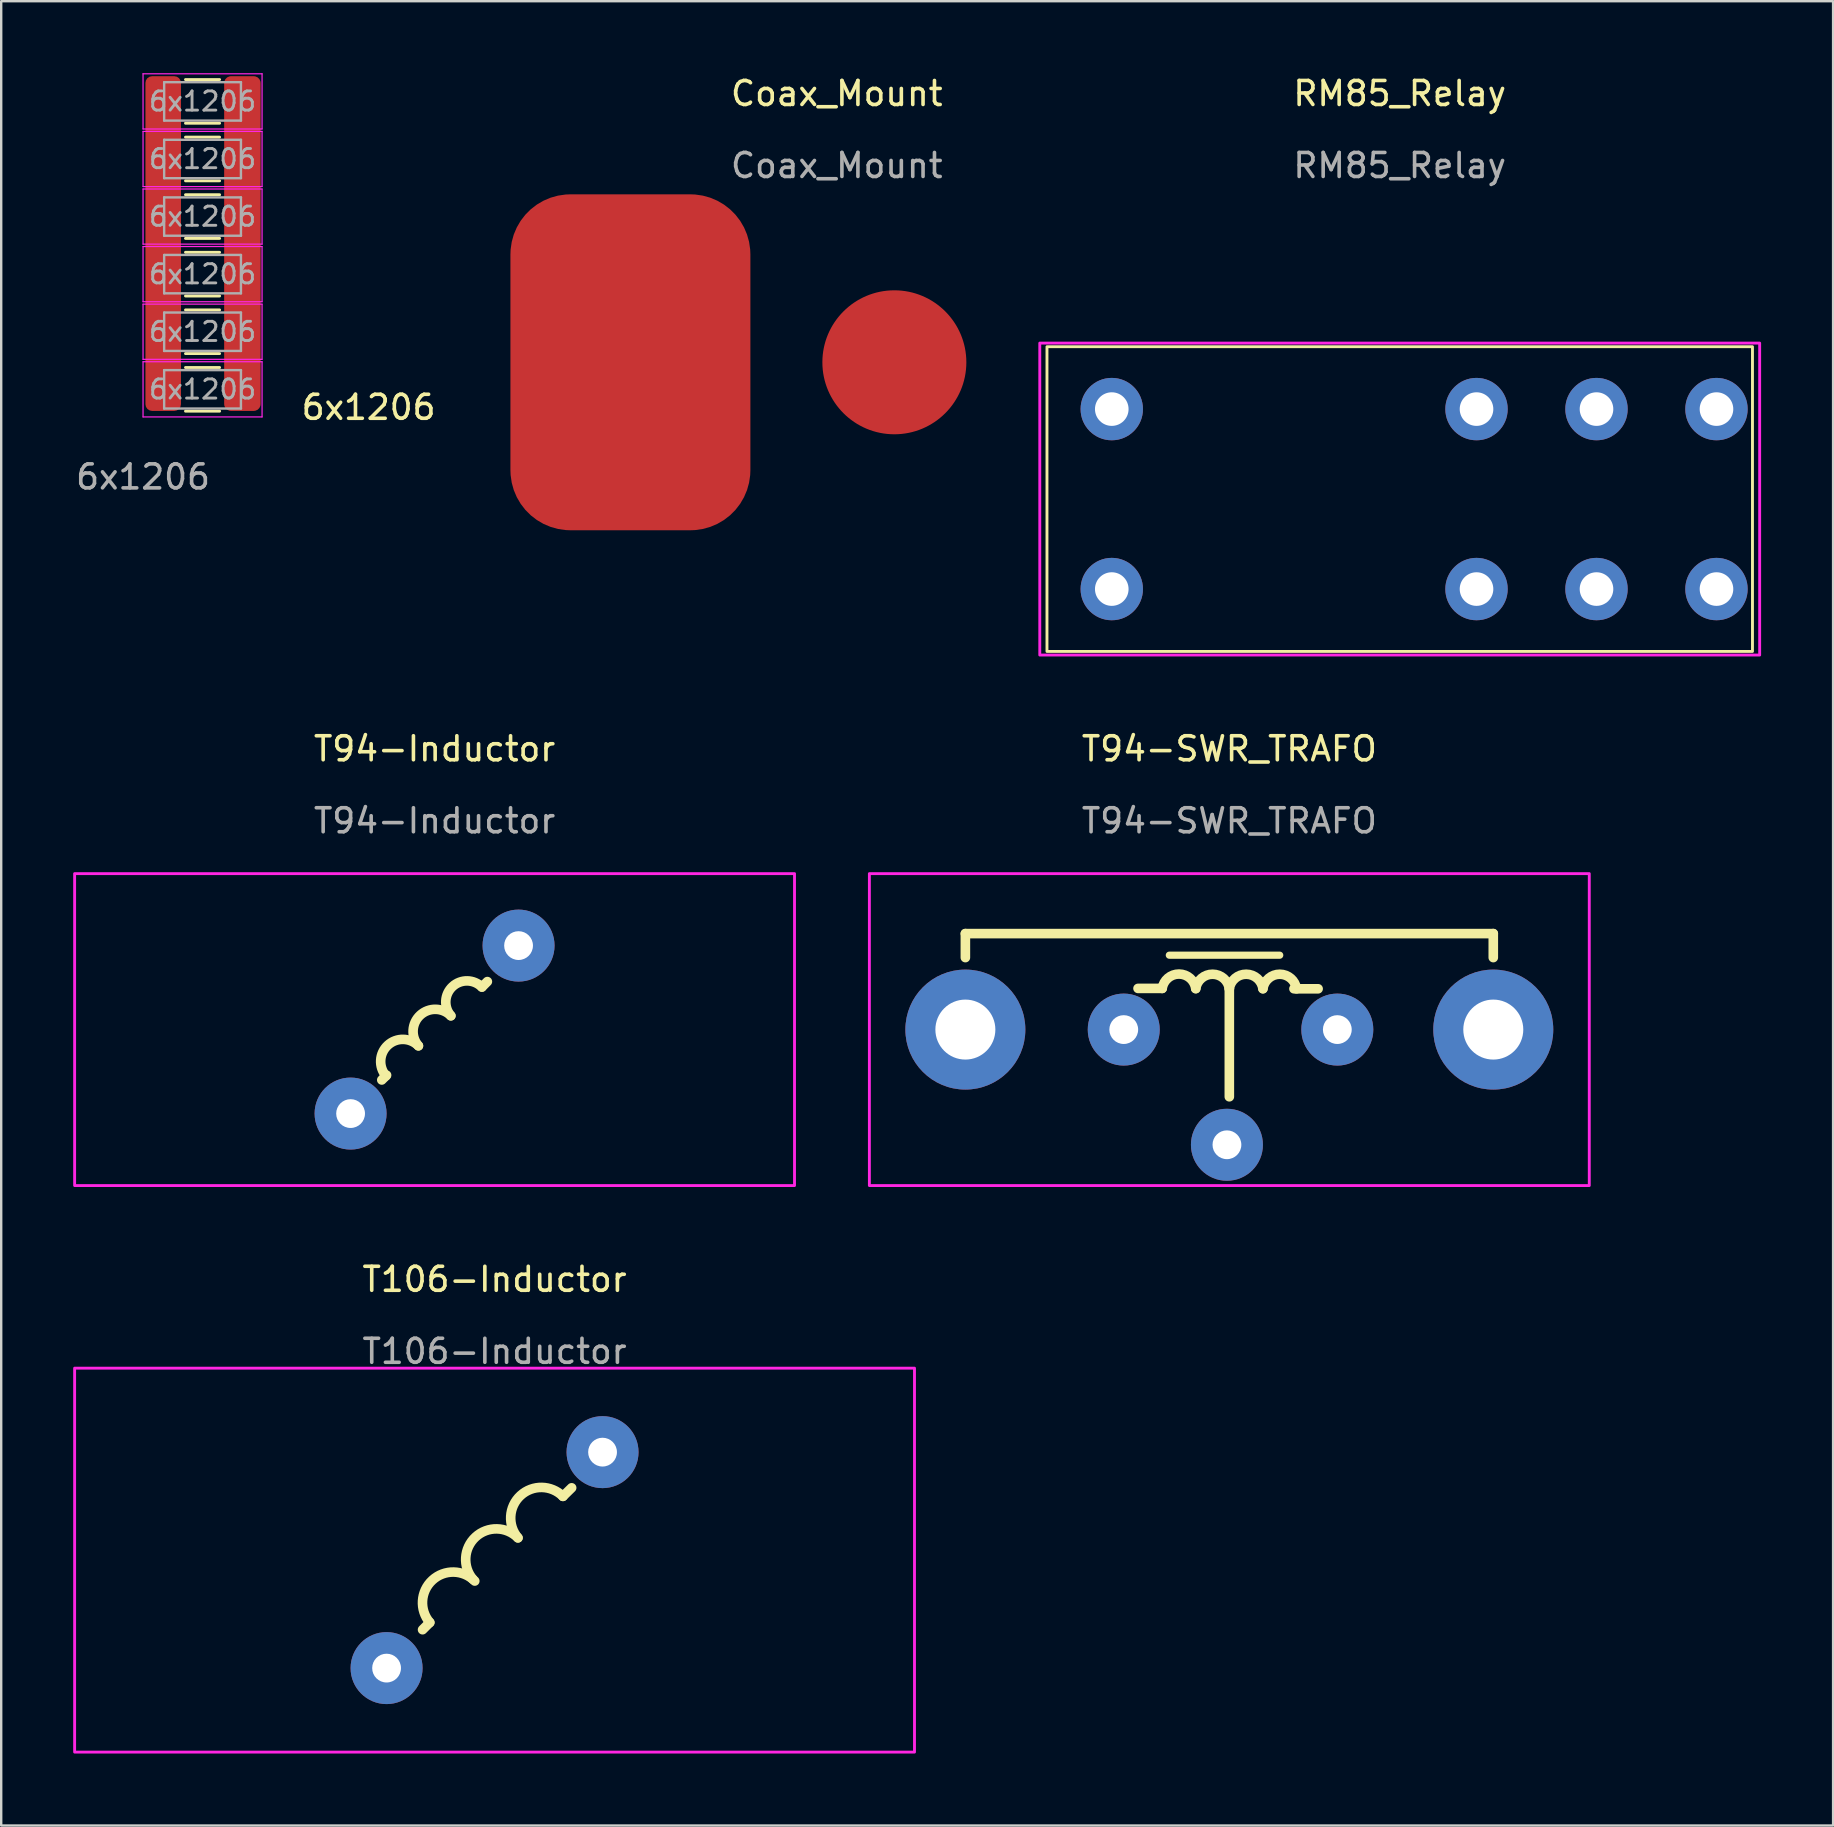
<source format=kicad_pcb>
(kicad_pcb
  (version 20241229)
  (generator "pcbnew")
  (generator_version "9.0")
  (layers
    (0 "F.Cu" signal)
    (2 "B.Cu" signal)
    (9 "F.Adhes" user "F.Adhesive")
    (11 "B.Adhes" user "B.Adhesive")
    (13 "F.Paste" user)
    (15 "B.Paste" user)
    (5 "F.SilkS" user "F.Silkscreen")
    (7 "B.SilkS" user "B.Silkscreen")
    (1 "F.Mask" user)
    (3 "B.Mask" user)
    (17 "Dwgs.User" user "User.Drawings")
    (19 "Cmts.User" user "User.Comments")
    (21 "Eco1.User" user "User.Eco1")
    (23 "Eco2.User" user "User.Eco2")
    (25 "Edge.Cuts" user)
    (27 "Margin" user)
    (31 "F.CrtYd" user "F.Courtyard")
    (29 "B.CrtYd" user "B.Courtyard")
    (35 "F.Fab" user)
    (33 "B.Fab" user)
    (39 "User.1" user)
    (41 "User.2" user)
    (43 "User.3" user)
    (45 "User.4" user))
  (footprint "RM85_Relay"
    (layer "F.Cu")
    (at 55.281 17.748)
    (property "Reference" "RM85_Relay" (at 0 -16.9 0) (unlocked yes) (layer "F.SilkS") (effects (font (size 1 1) (thickness 0.15))))
    (attr through_hole)
    (fp_rect (start -14.7 -6.35) (end 14.7 6.35) (stroke (width 0.12) (type default)) (fill no) (layer "F.SilkS"))
    (fp_rect (start -15 -6.5) (end 15 6.5) (stroke (width 0.12) (type default)) (fill no) (layer "F.CrtYd"))
    (fp_text user "${REFERENCE}" (at 0 -13.9 0) (unlocked yes) (layer "F.Fab") (effects (font (size 1 1) (thickness 0.15))))
    (pad "1" thru_hole circle (at -12 -3.75) (size 2.6 2.6) (drill 1.4) (layers "*.Cu" "*.Mask"))
    (pad "2" thru_hole circle (at -12 3.75) (size 2.6 2.6) (drill 1.4) (layers "*.Cu" "*.Mask"))
    (pad "3" thru_hole circle (at 3.2 3.75) (size 2.6 2.6) (drill 1.4) (layers "*.Cu" "*.Mask"))
    (pad "4" thru_hole circle (at 8.2 3.75) (size 2.6 2.6) (drill 1.4) (layers "*.Cu" "*.Mask"))
    (pad "5" thru_hole circle (at 13.2 3.75) (size 2.6 2.6) (drill 1.4) (layers "*.Cu" "*.Mask"))
    (pad "6" thru_hole circle (at 3.2 -3.75) (size 2.6 2.6) (drill 1.4) (layers "*.Cu" "*.Mask"))
    (pad "7" thru_hole circle (at 8.2 -3.75) (size 2.6 2.6) (drill 1.4) (layers "*.Cu" "*.Mask"))
    (pad "8" thru_hole circle (at 13.2 -3.75) (size 2.6 2.6) (drill 1.4) (layers "*.Cu" "*.Mask")))
  (footprint "T94-SWR_TRAFO"
    (layer "F.Cu")
    (at 48.18 39.856)
    (property "Reference" "T94-SWR_TRAFO" (at 0 -11.7 0) (unlocked yes) (layer "F.SilkS") (effects (font (size 1 1) (thickness 0.15))))
    (fp_line (start -11 -4) (end -11 -3) (stroke (width 0.4) (type default)) (layer "F.SilkS"))
    (fp_line (start -11 -4) (end 11 -4) (stroke (width 0.4) (type default)) (layer "F.SilkS"))
    (fp_line (start -2.798 -1.715) (end -3.805 -1.716) (stroke (width 0.4) (type default)) (layer "F.SilkS"))
    (fp_line (start -2.5 -3.1) (end 2.1 -3.1) (stroke (width 0.3) (type default)) (layer "F.SilkS"))
    (fp_line (start 0 -1.7) (end 0 2.8) (stroke (width 0.4) (type default)) (layer "F.SilkS"))
    (fp_line (start 2.8 -1.7) (end 3.7 -1.7) (stroke (width 0.3) (type default)) (layer "F.SilkS"))
    (fp_line (start 3.7 -1.7) (end 2.693 -1.701) (stroke (width 0.4) (type default)) (layer "F.SilkS"))
    (fp_line (start 11 -4) (end 11 -3) (stroke (width 0.4) (type default)) (layer "F.SilkS"))
    (fp_arc (start -2.797832 -1.714588) (mid -2.095227 -2.314392) (end -1.398916 -1.707294) (stroke (width 0.4) (type default)) (layer "F.SilkS"))
    (fp_arc (start -1.398916 -1.707294) (mid -0.696311 -2.307097) (end 0 -1.7) (stroke (width 0.4) (type default)) (layer "F.SilkS"))
    (fp_arc (start 0.001084 -1.707294) (mid 0.703689 -2.307098) (end 1.4 -1.7) (stroke (width 0.4) (type default)) (layer "F.SilkS"))
    (fp_arc (start 1.401084 -1.707294) (mid 2.103689 -2.307098) (end 2.8 -1.7) (stroke (width 0.4) (type default)) (layer "F.SilkS"))
    (fp_rect (start -15 -6.5) (end 15 6.5) (stroke (width 0.12) (type default)) (fill no) (layer "F.CrtYd"))
    (fp_text user "${REFERENCE}" (at 0 -8.7 0) (unlocked yes) (layer "F.Fab") (effects (font (size 1 1) (thickness 0.15))))
    (pad "1" thru_hole circle (at -11 0) (size 5 5) (drill 2.5) (layers "*.Cu" "*.Mask"))
    (pad "2" thru_hole circle (at 11 0) (size 5 5) (drill 2.5) (layers "*.Cu" "*.Mask"))
    (pad "3" thru_hole circle (at 4.5 0) (size 3 3) (drill 1.2) (layers "*.Cu" "*.Mask"))
    (pad "4" thru_hole circle (at -0.1 4.8) (size 3 3) (drill 1.2) (layers "*.Cu" "*.Mask"))
    (pad "5" thru_hole circle (at -4.4 0) (size 3 3) (drill 1.2) (layers "*.Cu" "*.Mask")))
  (footprint "6x1206"
    (layer "F.Cu")
    (at 2.911 14.325)
    (property "Reference" "6x1206" (at 9.4 -0.4 0) (unlocked yes) (layer "F.SilkS") (effects (font (size 1 1) (thickness 0.15))))
    (attr smd)
    (fp_line (start 1.769 -14.06) (end 3.191 -14.06) (stroke (width 0.12) (type solid)) (layer "F.SilkS"))
    (fp_line (start 1.769 -12.24) (end 3.191 -12.24) (stroke (width 0.12) (type solid)) (layer "F.SilkS"))
    (fp_line (start 1.769 -11.66) (end 3.191 -11.66) (stroke (width 0.12) (type solid)) (layer "F.SilkS"))
    (fp_line (start 1.769 -9.84) (end 3.191 -9.84) (stroke (width 0.12) (type solid)) (layer "F.SilkS"))
    (fp_line (start 1.769 -9.26) (end 3.191 -9.26) (stroke (width 0.12) (type solid)) (layer "F.SilkS"))
    (fp_line (start 1.769 -7.44) (end 3.191 -7.44) (stroke (width 0.12) (type solid)) (layer "F.SilkS"))
    (fp_line (start 1.769 -6.86) (end 3.191 -6.86) (stroke (width 0.12) (type solid)) (layer "F.SilkS"))
    (fp_line (start 1.769 -5.04) (end 3.191 -5.04) (stroke (width 0.12) (type solid)) (layer "F.SilkS"))
    (fp_line (start 1.769 -4.46) (end 3.191 -4.46) (stroke (width 0.12) (type solid)) (layer "F.SilkS"))
    (fp_line (start 1.769 -2.64) (end 3.191 -2.64) (stroke (width 0.12) (type solid)) (layer "F.SilkS"))
    (fp_line (start 1.769 -2.06) (end 3.191 -2.06) (stroke (width 0.12) (type solid)) (layer "F.SilkS"))
    (fp_line (start 1.769 -0.24) (end 3.191 -0.24) (stroke (width 0.12) (type solid)) (layer "F.SilkS"))
    (fp_line (start 0 -14.3) (end 4.96 -14.3) (stroke (width 0.05) (type solid)) (layer "F.CrtYd"))
    (fp_line (start 0 -12) (end 0 -14.3) (stroke (width 0.05) (type solid)) (layer "F.CrtYd"))
    (fp_line (start 0 -11.9) (end 4.96 -11.9) (stroke (width 0.05) (type solid)) (layer "F.CrtYd"))
    (fp_line (start 0 -9.6) (end 0 -11.9) (stroke (width 0.05) (type solid)) (layer "F.CrtYd"))
    (fp_line (start 0 -9.5) (end 4.96 -9.5) (stroke (width 0.05) (type solid)) (layer "F.CrtYd"))
    (fp_line (start 0 -7.2) (end 0 -9.5) (stroke (width 0.05) (type solid)) (layer "F.CrtYd"))
    (fp_line (start 0 -7.1) (end 4.96 -7.1) (stroke (width 0.05) (type solid)) (layer "F.CrtYd"))
    (fp_line (start 0 -4.8) (end 0 -7.1) (stroke (width 0.05) (type solid)) (layer "F.CrtYd"))
    (fp_line (start 0 -4.7) (end 4.96 -4.7) (stroke (width 0.05) (type solid)) (layer "F.CrtYd"))
    (fp_line (start 0 -2.4) (end 0 -4.7) (stroke (width 0.05) (type solid)) (layer "F.CrtYd"))
    (fp_line (start 0 -2.3) (end 4.96 -2.3) (stroke (width 0.05) (type solid)) (layer "F.CrtYd"))
    (fp_line (start 0 0) (end 0 -2.3) (stroke (width 0.05) (type solid)) (layer "F.CrtYd"))
    (fp_line (start 4.96 -14.3) (end 4.96 -12) (stroke (width 0.05) (type solid)) (layer "F.CrtYd"))
    (fp_line (start 4.96 -12) (end 0 -12) (stroke (width 0.05) (type solid)) (layer "F.CrtYd"))
    (fp_line (start 4.96 -11.9) (end 4.96 -9.6) (stroke (width 0.05) (type solid)) (layer "F.CrtYd"))
    (fp_line (start 4.96 -9.6) (end 0 -9.6) (stroke (width 0.05) (type solid)) (layer "F.CrtYd"))
    (fp_line (start 4.96 -9.5) (end 4.96 -7.2) (stroke (width 0.05) (type solid)) (layer "F.CrtYd"))
    (fp_line (start 4.96 -7.2) (end 0 -7.2) (stroke (width 0.05) (type solid)) (layer "F.CrtYd"))
    (fp_line (start 4.96 -7.1) (end 4.96 -4.8) (stroke (width 0.05) (type solid)) (layer "F.CrtYd"))
    (fp_line (start 4.96 -4.8) (end 0 -4.8) (stroke (width 0.05) (type solid)) (layer "F.CrtYd"))
    (fp_line (start 4.96 -4.7) (end 4.96 -2.4) (stroke (width 0.05) (type solid)) (layer "F.CrtYd"))
    (fp_line (start 4.96 -2.4) (end 0 -2.4) (stroke (width 0.05) (type solid)) (layer "F.CrtYd"))
    (fp_line (start 4.96 -2.3) (end 4.96 0) (stroke (width 0.05) (type solid)) (layer "F.CrtYd"))
    (fp_line (start 4.96 0) (end 0 0) (stroke (width 0.05) (type solid)) (layer "F.CrtYd"))
    (fp_line (start 0.88 -13.95) (end 4.08 -13.95) (stroke (width 0.1) (type solid)) (layer "F.Fab"))
    (fp_line (start 0.88 -12.35) (end 0.88 -13.95) (stroke (width 0.1) (type solid)) (layer "F.Fab"))
    (fp_line (start 0.88 -11.55) (end 4.08 -11.55) (stroke (width 0.1) (type solid)) (layer "F.Fab"))
    (fp_line (start 0.88 -9.95) (end 0.88 -11.55) (stroke (width 0.1) (type solid)) (layer "F.Fab"))
    (fp_line (start 0.88 -9.15) (end 4.08 -9.15) (stroke (width 0.1) (type solid)) (layer "F.Fab"))
    (fp_line (start 0.88 -7.55) (end 0.88 -9.15) (stroke (width 0.1) (type solid)) (layer "F.Fab"))
    (fp_line (start 0.88 -6.75) (end 4.08 -6.75) (stroke (width 0.1) (type solid)) (layer "F.Fab"))
    (fp_line (start 0.88 -5.15) (end 0.88 -6.75) (stroke (width 0.1) (type solid)) (layer "F.Fab"))
    (fp_line (start 0.88 -4.35) (end 4.08 -4.35) (stroke (width 0.1) (type solid)) (layer "F.Fab"))
    (fp_line (start 0.88 -2.75) (end 0.88 -4.35) (stroke (width 0.1) (type solid)) (layer "F.Fab"))
    (fp_line (start 0.88 -1.95) (end 4.08 -1.95) (stroke (width 0.1) (type solid)) (layer "F.Fab"))
    (fp_line (start 0.88 -0.35) (end 0.88 -1.95) (stroke (width 0.1) (type solid)) (layer "F.Fab"))
    (fp_line (start 4.08 -13.95) (end 4.08 -12.35) (stroke (width 0.1) (type solid)) (layer "F.Fab"))
    (fp_line (start 4.08 -12.35) (end 0.88 -12.35) (stroke (width 0.1) (type solid)) (layer "F.Fab"))
    (fp_line (start 4.08 -11.55) (end 4.08 -9.95) (stroke (width 0.1) (type solid)) (layer "F.Fab"))
    (fp_line (start 4.08 -9.95) (end 0.88 -9.95) (stroke (width 0.1) (type solid)) (layer "F.Fab"))
    (fp_line (start 4.08 -9.15) (end 4.08 -7.55) (stroke (width 0.1) (type solid)) (layer "F.Fab"))
    (fp_line (start 4.08 -7.55) (end 0.88 -7.55) (stroke (width 0.1) (type solid)) (layer "F.Fab"))
    (fp_line (start 4.08 -6.75) (end 4.08 -5.15) (stroke (width 0.1) (type solid)) (layer "F.Fab"))
    (fp_line (start 4.08 -5.15) (end 0.88 -5.15) (stroke (width 0.1) (type solid)) (layer "F.Fab"))
    (fp_line (start 4.08 -4.35) (end 4.08 -2.75) (stroke (width 0.1) (type solid)) (layer "F.Fab"))
    (fp_line (start 4.08 -2.75) (end 0.88 -2.75) (stroke (width 0.1) (type solid)) (layer "F.Fab"))
    (fp_line (start 4.08 -1.95) (end 4.08 -0.35) (stroke (width 0.1) (type solid)) (layer "F.Fab"))
    (fp_line (start 4.08 -0.35) (end 0.88 -0.35) (stroke (width 0.1) (type solid)) (layer "F.Fab"))
    (fp_text user "${REFERENCE}" (at 2.48 -3.55 0) (layer "F.Fab") (effects (font (size 0.8 0.8) (thickness 0.12))))
    (fp_text user "${REFERENCE}" (at 2.48 -5.95 0) (layer "F.Fab") (effects (font (size 0.8 0.8) (thickness 0.12))))
    (fp_text user "${REFERENCE}" (at 0 2.5 0) (unlocked yes) (layer "F.Fab") (effects (font (size 1 1) (thickness 0.15))))
    (fp_text user "${REFERENCE}" (at 2.48 -8.35 0) (layer "F.Fab") (effects (font (size 0.8 0.8) (thickness 0.12))))
    (fp_text user "${REFERENCE}" (at 2.48 -13.15 0) (layer "F.Fab") (effects (font (size 0.8 0.8) (thickness 0.12))))
    (fp_text user "${REFERENCE}" (at 2.48 -1.15 0) (layer "F.Fab") (effects (font (size 0.8 0.8) (thickness 0.12))))
    (fp_text user "${REFERENCE}" (at 2.48 -10.75 0) (layer "F.Fab") (effects (font (size 0.8 0.8) (thickness 0.12))))
    (pad "1" smd roundrect (at 0.84 -7.225) (size 1.48 13.95) (layers "F.Cu" "F.Mask" "F.Paste") (roundrect_rratio 0.189))
    (pad "2" smd roundrect (at 4.14 -7.225) (size 1.52 13.95) (layers "F.Cu" "F.Mask" "F.Paste") (roundrect_rratio 0.189)))
  (footprint "T106-Inductor"
    (layer "F.Cu")
    (at 17.56 61.965)
    (property "Reference" "T106-Inductor" (at 0 -11.7 0) (unlocked yes) (layer "F.SilkS") (effects (font (size 1 1) (thickness 0.15))))
    (fp_line (start -2.7 2.6) (end -3 2.9) (stroke (width 0.4) (type default)) (layer "F.SilkS"))
    (fp_line (start 2.849 -2.657) (end 3.212 -3.013) (stroke (width 0.4) (type default)) (layer "F.SilkS"))
    (fp_arc (start -2.7 2.6) (mid -2.592598 0.83572) (end -0.825414 0.87154) (stroke (width 0.4) (type default)) (layer "F.SilkS"))
    (fp_arc (start -0.9 0.8) (mid -0.792598 -0.964281) (end 0.974586 -0.92846) (stroke (width 0.4) (type default)) (layer "F.SilkS"))
    (fp_arc (start 0.974586 -0.92846) (mid 1.081988 -2.69274) (end 2.849172 -2.65692) (stroke (width 0.4) (type default)) (layer "F.SilkS"))
    (fp_rect (start -17.5 -8) (end 17.5 8) (stroke (width 0.12) (type default)) (fill no) (layer "F.CrtYd"))
    (fp_text user "${REFERENCE}" (at 0 -8.7 0) (unlocked yes) (layer "F.Fab") (effects (font (size 1 1) (thickness 0.15))))
    (pad "1" thru_hole circle (at 4.5 -4.5) (size 3 3) (drill 1.2) (layers "*.Cu" "*.Mask"))
    (pad "2" thru_hole circle (at -4.5 4.5) (size 3 3) (drill 1.2) (layers "*.Cu" "*.Mask")))
  (footprint "Coax_Mount"
    (layer "F.Cu")
    (at 23.221 12.048)
    (property "Reference" "Coax_Mount" (at 8.6 -11.2 0) (unlocked yes) (layer "F.SilkS") (effects (font (size 1 1) (thickness 0.15))))
    (attr smd)
    (fp_text user "${REFERENCE}" (at 8.6 -8.2 0) (unlocked yes) (layer "F.Fab") (effects (font (size 1 1) (thickness 0.15))))
    (pad "1" smd roundrect (at 0 0) (size 10 14) (layers "F.Cu" "F.Mask" "F.Paste") (roundrect_rratio 0.25))
    (pad "2" smd circle (at 11 0) (size 6 6) (layers "F.Cu" "F.Mask" "F.Paste")))
  (footprint "T94-Inductor"
    (layer "F.Cu")
    (at 15.06 39.856)
    (property "Reference" "T94-Inductor" (at 0 -11.7 0) (unlocked yes) (layer "F.SilkS") (effects (font (size 1 1) (thickness 0.15))))
    (fp_line (start -2.2 2.1) (end -2 1.9) (stroke (width 0.4) (type default)) (layer "F.SilkS"))
    (fp_line (start 1.975 -1.775) (end 2.2 -2) (stroke (width 0.4) (type default)) (layer "F.SilkS"))
    (fp_arc (start -2.025498 1.928378) (mid -1.95192 0.65192) (end -0.673578 0.676458) (stroke (width 0.4) (type default)) (layer "F.SilkS"))
    (fp_arc (start -0.673578 0.676458) (mid -0.6 -0.6) (end 0.678342 -0.575462) (stroke (width 0.4) (type default)) (layer "F.SilkS"))
    (fp_arc (start 0.678342 -0.575462) (mid 0.749779 -1.794977) (end 1.971153 -1.771153) (stroke (width 0.4) (type default)) (layer "F.SilkS"))
    (fp_rect (start -15 -6.5) (end 15 6.5) (stroke (width 0.12) (type default)) (fill no) (layer "F.CrtYd"))
    (fp_text user "${REFERENCE}" (at 0 -8.7 0) (unlocked yes) (layer "F.Fab") (effects (font (size 1 1) (thickness 0.15))))
    (pad "1" thru_hole circle (at 3.5 -3.5) (size 3 3) (drill 1.2) (layers "*.Cu" "*.Mask"))
    (pad "2" thru_hole circle (at -3.5 3.5) (size 3 3) (drill 1.2) (layers "*.Cu" "*.Mask")))
  (gr_rect
    (start -3 -3)
    (end 73.341 73.025)
    (stroke (width 0.1) (type default))
    (fill no)
    (layer "Edge.Cuts")))
</source>
